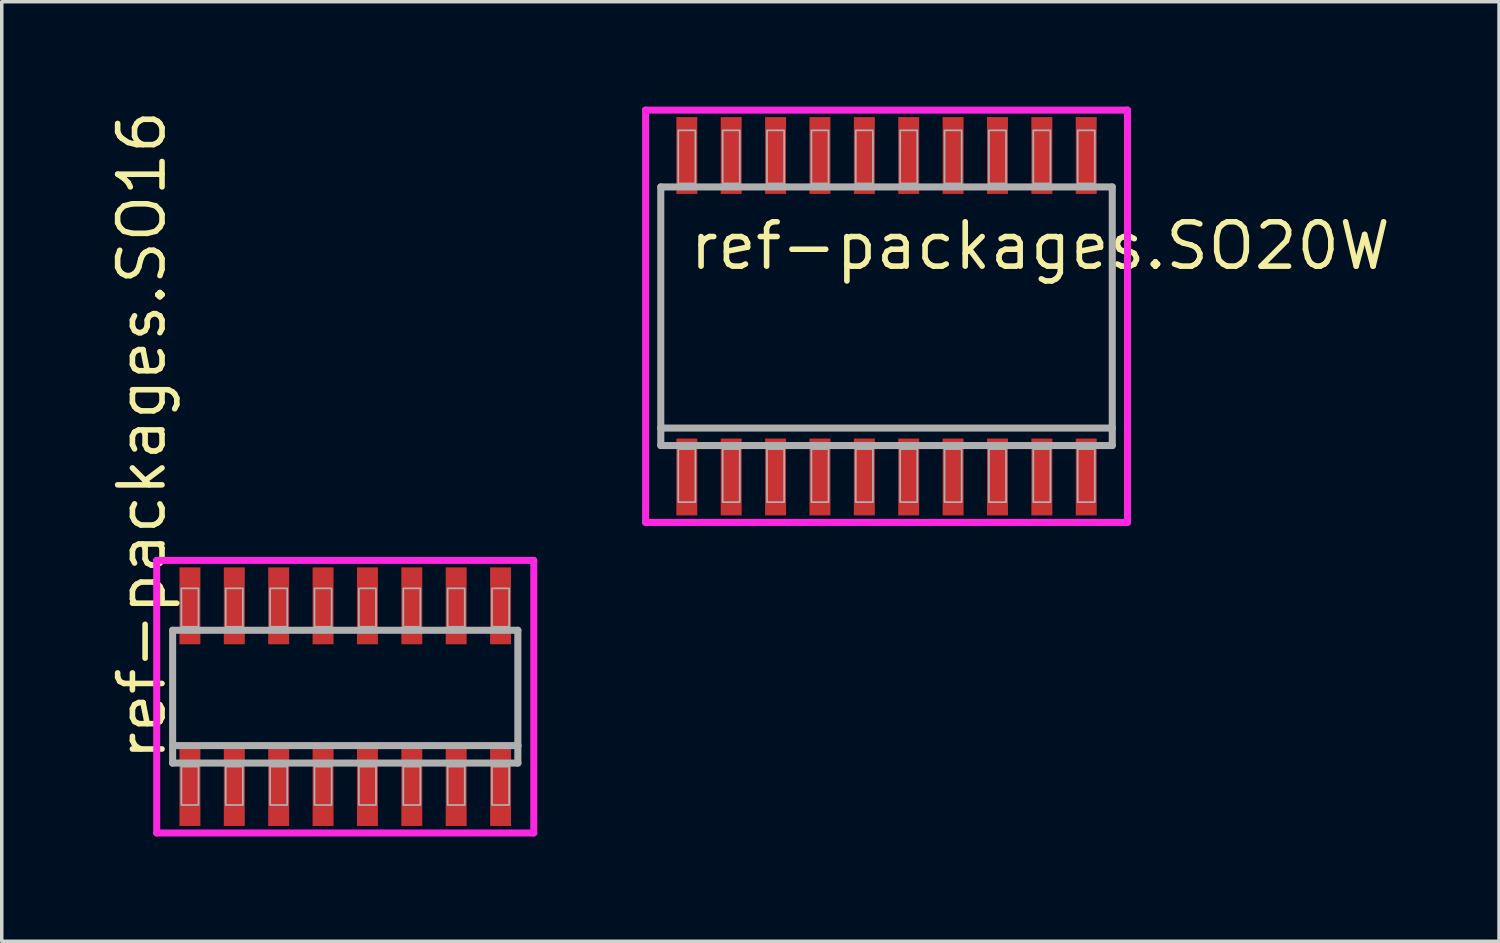
<source format=kicad_pcb>
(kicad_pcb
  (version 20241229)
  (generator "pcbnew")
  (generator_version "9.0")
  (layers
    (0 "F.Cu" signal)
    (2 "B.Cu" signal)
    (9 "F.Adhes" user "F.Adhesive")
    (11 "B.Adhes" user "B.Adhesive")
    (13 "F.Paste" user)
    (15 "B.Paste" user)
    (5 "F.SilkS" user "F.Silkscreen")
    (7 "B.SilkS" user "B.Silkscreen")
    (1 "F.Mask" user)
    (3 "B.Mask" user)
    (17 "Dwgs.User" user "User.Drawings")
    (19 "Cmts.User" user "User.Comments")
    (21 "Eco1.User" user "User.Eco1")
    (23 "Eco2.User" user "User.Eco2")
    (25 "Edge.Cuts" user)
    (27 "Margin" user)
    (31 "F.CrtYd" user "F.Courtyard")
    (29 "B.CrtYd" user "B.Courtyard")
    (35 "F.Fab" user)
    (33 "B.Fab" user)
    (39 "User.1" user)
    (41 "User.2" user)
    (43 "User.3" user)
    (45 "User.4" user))
  (footprint "ref-packages.SO16"
    (layer "F.Cu")
    (at 6.83 16.887)
    (property "Reference" "ref-packages.SO16" (at -5.08 1.905 90) (layer "F.SilkS") (effects (font (size 1.27 1.27) (thickness 0.16)) (justify left bottom)))
    (attr smd)
    (fp_line (start -5.395 -3.9) (end 5.395 -3.9) (stroke (width 0.2) (type default)) (layer "F.CrtYd"))
    (fp_line (start -5.395 3.9) (end -5.395 -3.9) (stroke (width 0.2) (type default)) (layer "F.CrtYd"))
    (fp_line (start 5.395 -3.9) (end 5.395 3.9) (stroke (width 0.2) (type default)) (layer "F.CrtYd"))
    (fp_line (start 5.395 3.9) (end -5.395 3.9) (stroke (width 0.2) (type default)) (layer "F.CrtYd"))
    (fp_line (start -4.94 -1.9) (end 4.94 -1.9) (stroke (width 0.203) (type default)) (layer "F.Fab"))
    (fp_line (start -4.94 1.4) (end -4.94 -1.9) (stroke (width 0.203) (type default)) (layer "F.Fab"))
    (fp_line (start -4.94 1.9) (end -4.94 1.4) (stroke (width 0.203) (type default)) (layer "F.Fab"))
    (fp_line (start 4.94 -1.9) (end 4.94 1.4) (stroke (width 0.203) (type default)) (layer "F.Fab"))
    (fp_line (start 4.94 1.4) (end -4.94 1.4) (stroke (width 0.203) (type default)) (layer "F.Fab"))
    (fp_line (start 4.94 1.4) (end 4.94 1.9) (stroke (width 0.203) (type default)) (layer "F.Fab"))
    (fp_line (start 4.94 1.9) (end -4.94 1.9) (stroke (width 0.203) (type default)) (layer "F.Fab"))
    (fp_rect (start -4.69 -2) (end -4.2 -3.1) (stroke (width 0.05) (type default)) (fill no) (layer "F.Fab"))
    (fp_rect (start -4.69 3.1) (end -4.2 2) (stroke (width 0.05) (type default)) (fill no) (layer "F.Fab"))
    (fp_rect (start -3.42 -2) (end -2.93 -3.1) (stroke (width 0.05) (type default)) (fill no) (layer "F.Fab"))
    (fp_rect (start -3.42 3.1) (end -2.93 2) (stroke (width 0.05) (type default)) (fill no) (layer "F.Fab"))
    (fp_rect (start -2.15 -2) (end -1.66 -3.1) (stroke (width 0.05) (type default)) (fill no) (layer "F.Fab"))
    (fp_rect (start -2.15 3.1) (end -1.66 2) (stroke (width 0.05) (type default)) (fill no) (layer "F.Fab"))
    (fp_rect (start -0.88 -2) (end -0.39 -3.1) (stroke (width 0.05) (type default)) (fill no) (layer "F.Fab"))
    (fp_rect (start -0.88 3.1) (end -0.39 2) (stroke (width 0.05) (type default)) (fill no) (layer "F.Fab"))
    (fp_rect (start 0.39 -2) (end 0.88 -3.1) (stroke (width 0.05) (type default)) (fill no) (layer "F.Fab"))
    (fp_rect (start 0.39 3.1) (end 0.88 2) (stroke (width 0.05) (type default)) (fill no) (layer "F.Fab"))
    (fp_rect (start 1.66 -2) (end 2.15 -3.1) (stroke (width 0.05) (type default)) (fill no) (layer "F.Fab"))
    (fp_rect (start 1.66 3.1) (end 2.15 2) (stroke (width 0.05) (type default)) (fill no) (layer "F.Fab"))
    (fp_rect (start 2.93 -2) (end 3.42 -3.1) (stroke (width 0.05) (type default)) (fill no) (layer "F.Fab"))
    (fp_rect (start 2.93 3.1) (end 3.42 2) (stroke (width 0.05) (type default)) (fill no) (layer "F.Fab"))
    (fp_rect (start 4.2 -2) (end 4.69 -3.1) (stroke (width 0.05) (type default)) (fill no) (layer "F.Fab"))
    (fp_rect (start 4.2 3.1) (end 4.69 2) (stroke (width 0.05) (type default)) (fill no) (layer "F.Fab"))
    (pad "1" smd roundrect (at -4.445 2.6) (size 0.6 2.2) (layers "F.Cu" "F.Mask" "F.Paste") (roundrect_rratio 0.01))
    (pad "2" smd roundrect (at -3.175 2.6) (size 0.6 2.2) (layers "F.Cu" "F.Mask" "F.Paste") (roundrect_rratio 0.01))
    (pad "3" smd roundrect (at -1.905 2.6) (size 0.6 2.2) (layers "F.Cu" "F.Mask" "F.Paste") (roundrect_rratio 0.01))
    (pad "4" smd roundrect (at -0.635 2.6) (size 0.6 2.2) (layers "F.Cu" "F.Mask" "F.Paste") (roundrect_rratio 0.01))
    (pad "5" smd roundrect (at 0.635 2.6) (size 0.6 2.2) (layers "F.Cu" "F.Mask" "F.Paste") (roundrect_rratio 0.01))
    (pad "6" smd roundrect (at 1.905 2.6) (size 0.6 2.2) (layers "F.Cu" "F.Mask" "F.Paste") (roundrect_rratio 0.01))
    (pad "7" smd roundrect (at 3.175 2.6) (size 0.6 2.2) (layers "F.Cu" "F.Mask" "F.Paste") (roundrect_rratio 0.01))
    (pad "8" smd roundrect (at 4.445 2.6) (size 0.6 2.2) (layers "F.Cu" "F.Mask" "F.Paste") (roundrect_rratio 0.01))
    (pad "9" smd roundrect (at 4.445 -2.6) (size 0.6 2.2) (layers "F.Cu" "F.Mask" "F.Paste") (roundrect_rratio 0.01))
    (pad "10" smd roundrect (at 3.175 -2.6) (size 0.6 2.2) (layers "F.Cu" "F.Mask" "F.Paste") (roundrect_rratio 0.01))
    (pad "11" smd roundrect (at 1.905 -2.6) (size 0.6 2.2) (layers "F.Cu" "F.Mask" "F.Paste") (roundrect_rratio 0.01))
    (pad "12" smd roundrect (at 0.635 -2.6) (size 0.6 2.2) (layers "F.Cu" "F.Mask" "F.Paste") (roundrect_rratio 0.01))
    (pad "13" smd roundrect (at -0.635 -2.6) (size 0.6 2.2) (layers "F.Cu" "F.Mask" "F.Paste") (roundrect_rratio 0.01))
    (pad "14" smd roundrect (at -1.905 -2.6) (size 0.6 2.2) (layers "F.Cu" "F.Mask" "F.Paste") (roundrect_rratio 0.01))
    (pad "15" smd roundrect (at -3.175 -2.6) (size 0.6 2.2) (layers "F.Cu" "F.Mask" "F.Paste") (roundrect_rratio 0.01))
    (pad "16" smd roundrect (at -4.445 -2.6) (size 0.6 2.2) (layers "F.Cu" "F.Mask" "F.Paste") (roundrect_rratio 0.01)))
  (footprint "ref-packages.SO20W"
    (layer "F.Cu")
    (at 22.32 6)
    (property "Reference" "ref-packages.SO20W" (at -5.715 -1.27 0) (layer "F.SilkS") (effects (font (size 1.27 1.27) (thickness 0.16)) (justify left bottom)))
    (attr smd)
    (fp_line (start -6.895 -5.9) (end 6.895 -5.9) (stroke (width 0.2) (type default)) (layer "F.CrtYd"))
    (fp_line (start -6.895 5.9) (end -6.895 -5.9) (stroke (width 0.2) (type default)) (layer "F.CrtYd"))
    (fp_line (start 6.895 -5.9) (end 6.895 5.9) (stroke (width 0.2) (type default)) (layer "F.CrtYd"))
    (fp_line (start 6.895 5.9) (end -6.895 5.9) (stroke (width 0.2) (type default)) (layer "F.CrtYd"))
    (fp_line (start -6.46 -3.7) (end 6.46 -3.7) (stroke (width 0.203) (type default)) (layer "F.Fab"))
    (fp_line (start -6.46 3.2) (end -6.46 -3.7) (stroke (width 0.203) (type default)) (layer "F.Fab"))
    (fp_line (start -6.46 3.7) (end -6.46 3.2) (stroke (width 0.203) (type default)) (layer "F.Fab"))
    (fp_line (start 6.46 -3.7) (end 6.46 3.2) (stroke (width 0.203) (type default)) (layer "F.Fab"))
    (fp_line (start 6.46 3.2) (end -6.46 3.2) (stroke (width 0.203) (type default)) (layer "F.Fab"))
    (fp_line (start 6.46 3.2) (end 6.46 3.7) (stroke (width 0.203) (type default)) (layer "F.Fab"))
    (fp_line (start 6.46 3.7) (end -6.46 3.7) (stroke (width 0.203) (type default)) (layer "F.Fab"))
    (fp_rect (start -5.96 -3.8) (end -5.47 -5.32) (stroke (width 0.05) (type default)) (fill no) (layer "F.Fab"))
    (fp_rect (start -5.96 5.32) (end -5.47 3.8) (stroke (width 0.05) (type default)) (fill no) (layer "F.Fab"))
    (fp_rect (start -4.69 -3.8) (end -4.2 -5.32) (stroke (width 0.05) (type default)) (fill no) (layer "F.Fab"))
    (fp_rect (start -4.69 5.32) (end -4.2 3.8) (stroke (width 0.05) (type default)) (fill no) (layer "F.Fab"))
    (fp_rect (start -3.42 -3.8) (end -2.93 -5.32) (stroke (width 0.05) (type default)) (fill no) (layer "F.Fab"))
    (fp_rect (start -3.42 5.32) (end -2.93 3.8) (stroke (width 0.05) (type default)) (fill no) (layer "F.Fab"))
    (fp_rect (start -2.15 -3.8) (end -1.66 -5.32) (stroke (width 0.05) (type default)) (fill no) (layer "F.Fab"))
    (fp_rect (start -2.15 5.32) (end -1.66 3.8) (stroke (width 0.05) (type default)) (fill no) (layer "F.Fab"))
    (fp_rect (start -0.88 -3.8) (end -0.39 -5.32) (stroke (width 0.05) (type default)) (fill no) (layer "F.Fab"))
    (fp_rect (start -0.88 5.32) (end -0.39 3.8) (stroke (width 0.05) (type default)) (fill no) (layer "F.Fab"))
    (fp_rect (start 0.39 -3.8) (end 0.88 -5.32) (stroke (width 0.05) (type default)) (fill no) (layer "F.Fab"))
    (fp_rect (start 0.39 5.32) (end 0.88 3.8) (stroke (width 0.05) (type default)) (fill no) (layer "F.Fab"))
    (fp_rect (start 1.66 -3.8) (end 2.15 -5.32) (stroke (width 0.05) (type default)) (fill no) (layer "F.Fab"))
    (fp_rect (start 1.66 5.32) (end 2.15 3.8) (stroke (width 0.05) (type default)) (fill no) (layer "F.Fab"))
    (fp_rect (start 2.93 -3.8) (end 3.42 -5.32) (stroke (width 0.05) (type default)) (fill no) (layer "F.Fab"))
    (fp_rect (start 2.93 5.32) (end 3.42 3.8) (stroke (width 0.05) (type default)) (fill no) (layer "F.Fab"))
    (fp_rect (start 4.2 -3.8) (end 4.69 -5.32) (stroke (width 0.05) (type default)) (fill no) (layer "F.Fab"))
    (fp_rect (start 4.2 5.32) (end 4.69 3.8) (stroke (width 0.05) (type default)) (fill no) (layer "F.Fab"))
    (fp_rect (start 5.47 -3.8) (end 5.96 -5.32) (stroke (width 0.05) (type default)) (fill no) (layer "F.Fab"))
    (fp_rect (start 5.47 5.32) (end 5.96 3.8) (stroke (width 0.05) (type default)) (fill no) (layer "F.Fab"))
    (pad "1" smd roundrect (at -5.715 4.6) (size 0.6 2.2) (layers "F.Cu" "F.Mask" "F.Paste") (roundrect_rratio 0.01))
    (pad "2" smd roundrect (at -4.445 4.6) (size 0.6 2.2) (layers "F.Cu" "F.Mask" "F.Paste") (roundrect_rratio 0.01))
    (pad "3" smd roundrect (at -3.175 4.6) (size 0.6 2.2) (layers "F.Cu" "F.Mask" "F.Paste") (roundrect_rratio 0.01))
    (pad "4" smd roundrect (at -1.905 4.6) (size 0.6 2.2) (layers "F.Cu" "F.Mask" "F.Paste") (roundrect_rratio 0.01))
    (pad "5" smd roundrect (at -0.635 4.6) (size 0.6 2.2) (layers "F.Cu" "F.Mask" "F.Paste") (roundrect_rratio 0.01))
    (pad "6" smd roundrect (at 0.635 4.6) (size 0.6 2.2) (layers "F.Cu" "F.Mask" "F.Paste") (roundrect_rratio 0.01))
    (pad "7" smd roundrect (at 1.905 4.6) (size 0.6 2.2) (layers "F.Cu" "F.Mask" "F.Paste") (roundrect_rratio 0.01))
    (pad "8" smd roundrect (at 3.175 4.6) (size 0.6 2.2) (layers "F.Cu" "F.Mask" "F.Paste") (roundrect_rratio 0.01))
    (pad "9" smd roundrect (at 4.445 4.6) (size 0.6 2.2) (layers "F.Cu" "F.Mask" "F.Paste") (roundrect_rratio 0.01))
    (pad "10" smd roundrect (at 5.715 4.6) (size 0.6 2.2) (layers "F.Cu" "F.Mask" "F.Paste") (roundrect_rratio 0.01))
    (pad "11" smd roundrect (at 5.715 -4.6) (size 0.6 2.2) (layers "F.Cu" "F.Mask" "F.Paste") (roundrect_rratio 0.01))
    (pad "12" smd roundrect (at 4.445 -4.6) (size 0.6 2.2) (layers "F.Cu" "F.Mask" "F.Paste") (roundrect_rratio 0.01))
    (pad "13" smd roundrect (at 3.175 -4.6) (size 0.6 2.2) (layers "F.Cu" "F.Mask" "F.Paste") (roundrect_rratio 0.01))
    (pad "14" smd roundrect (at 1.905 -4.6) (size 0.6 2.2) (layers "F.Cu" "F.Mask" "F.Paste") (roundrect_rratio 0.01))
    (pad "15" smd roundrect (at 0.635 -4.6) (size 0.6 2.2) (layers "F.Cu" "F.Mask" "F.Paste") (roundrect_rratio 0.01))
    (pad "16" smd roundrect (at -0.635 -4.6) (size 0.6 2.2) (layers "F.Cu" "F.Mask" "F.Paste") (roundrect_rratio 0.01))
    (pad "17" smd roundrect (at -1.905 -4.6) (size 0.6 2.2) (layers "F.Cu" "F.Mask" "F.Paste") (roundrect_rratio 0.01))
    (pad "18" smd roundrect (at -3.175 -4.6) (size 0.6 2.2) (layers "F.Cu" "F.Mask" "F.Paste") (roundrect_rratio 0.01))
    (pad "19" smd roundrect (at -4.445 -4.6) (size 0.6 2.2) (layers "F.Cu" "F.Mask" "F.Paste") (roundrect_rratio 0.01))
    (pad "20" smd roundrect (at -5.715 -4.6) (size 0.6 2.2) (layers "F.Cu" "F.Mask" "F.Paste") (roundrect_rratio 0.01)))
  (gr_rect
    (start -3 -3)
    (end 39.848 23.887)
    (stroke (width 0.1) (type default))
    (fill no)
    (layer "Edge.Cuts")))
</source>
